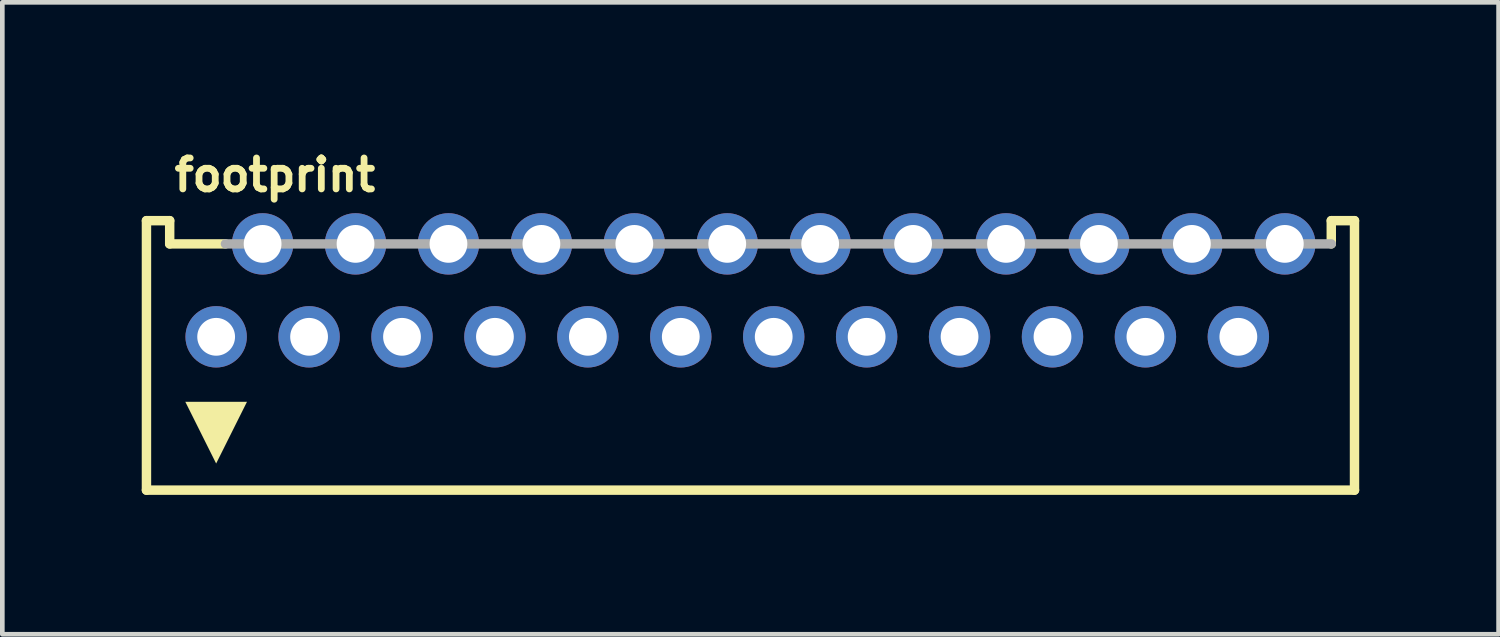
<source format=kicad_pcb>
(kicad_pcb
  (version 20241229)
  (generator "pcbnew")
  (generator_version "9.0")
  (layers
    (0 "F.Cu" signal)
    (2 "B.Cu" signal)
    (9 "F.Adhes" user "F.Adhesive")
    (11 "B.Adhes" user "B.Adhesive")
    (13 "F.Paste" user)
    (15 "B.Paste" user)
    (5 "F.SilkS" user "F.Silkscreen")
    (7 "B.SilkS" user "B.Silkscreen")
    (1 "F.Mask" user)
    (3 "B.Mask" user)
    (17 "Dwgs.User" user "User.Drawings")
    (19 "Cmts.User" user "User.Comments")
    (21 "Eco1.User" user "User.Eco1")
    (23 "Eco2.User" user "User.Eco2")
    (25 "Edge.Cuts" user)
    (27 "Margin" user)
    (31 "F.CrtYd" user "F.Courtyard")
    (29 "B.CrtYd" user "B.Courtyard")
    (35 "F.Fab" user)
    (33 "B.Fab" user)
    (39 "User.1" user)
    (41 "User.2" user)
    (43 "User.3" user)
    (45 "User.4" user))
  (footprint "footprint"
    (layer "F.Cu")
    (at 13.102 4.199)
    (property "Reference" "footprint" (at -12.472 -3.094 0) (layer "F.SilkS") (effects (font (size 0.666 0.666) (thickness 0.146)) (justify left bottom)))
    (fp_line (start -13 -2.5) (end -13 3.3) (stroke (width 0.203) (type solid)) (layer "F.SilkS"))
    (fp_line (start -13 3.3) (end 13 3.3) (stroke (width 0.203) (type solid)) (layer "F.SilkS"))
    (fp_line (start -12.5 -2.5) (end -13 -2.5) (stroke (width 0.203) (type solid)) (layer "F.SilkS"))
    (fp_line (start -12.5 -2) (end -12.5 -2.5) (stroke (width 0.203) (type solid)) (layer "F.SilkS"))
    (fp_line (start -12.5 -2) (end -11.3 -2) (stroke (width 0.203) (type solid)) (layer "F.SilkS"))
    (fp_line (start 12.5 -2.5) (end 13 -2.5) (stroke (width 0.203) (type solid)) (layer "F.SilkS"))
    (fp_line (start 12.5 -2) (end 12.5 -2.5) (stroke (width 0.203) (type solid)) (layer "F.SilkS"))
    (fp_line (start 13 -2.5) (end 13 3.3) (stroke (width 0.203) (type solid)) (layer "F.SilkS"))
    (fp_poly (pts (xy -11.5 2.727) (xy -12.164 1.398) (xy -10.836 1.398)) (stroke (width 0) (type solid)) (fill yes) (layer "F.SilkS"))
    (fp_line (start -11.3 -2) (end 12.5 -2) (stroke (width 0.203) (type solid)) (layer "F.Fab"))
    (pad "1" thru_hole circle (at -11.5 0) (size 1.321 1.321) (drill 0.813) (layers "*.Cu" "*.Mask"))
    (pad "2" thru_hole circle (at -10.5 -2) (size 1.321 1.321) (drill 0.813) (layers "*.Cu" "*.Mask"))
    (pad "3" thru_hole circle (at -9.5 0) (size 1.321 1.321) (drill 0.813) (layers "*.Cu" "*.Mask"))
    (pad "4" thru_hole circle (at -8.5 -2) (size 1.321 1.321) (drill 0.813) (layers "*.Cu" "*.Mask"))
    (pad "5" thru_hole circle (at -7.5 0) (size 1.321 1.321) (drill 0.813) (layers "*.Cu" "*.Mask"))
    (pad "6" thru_hole circle (at -6.5 -2) (size 1.321 1.321) (drill 0.813) (layers "*.Cu" "*.Mask"))
    (pad "7" thru_hole circle (at -5.5 0) (size 1.321 1.321) (drill 0.813) (layers "*.Cu" "*.Mask"))
    (pad "8" thru_hole circle (at -4.5 -2) (size 1.321 1.321) (drill 0.813) (layers "*.Cu" "*.Mask"))
    (pad "9" thru_hole circle (at -3.5 0) (size 1.321 1.321) (drill 0.813) (layers "*.Cu" "*.Mask"))
    (pad "10" thru_hole circle (at -2.5 -2) (size 1.321 1.321) (drill 0.813) (layers "*.Cu" "*.Mask"))
    (pad "11" thru_hole circle (at -1.5 0) (size 1.321 1.321) (drill 0.813) (layers "*.Cu" "*.Mask"))
    (pad "12" thru_hole circle (at -0.5 -2) (size 1.321 1.321) (drill 0.813) (layers "*.Cu" "*.Mask"))
    (pad "13" thru_hole circle (at 0.5 0) (size 1.321 1.321) (drill 0.813) (layers "*.Cu" "*.Mask"))
    (pad "14" thru_hole circle (at 1.5 -2) (size 1.321 1.321) (drill 0.813) (layers "*.Cu" "*.Mask"))
    (pad "15" thru_hole circle (at 2.5 0) (size 1.321 1.321) (drill 0.813) (layers "*.Cu" "*.Mask"))
    (pad "16" thru_hole circle (at 3.5 -2) (size 1.321 1.321) (drill 0.813) (layers "*.Cu" "*.Mask"))
    (pad "17" thru_hole circle (at 4.5 0) (size 1.321 1.321) (drill 0.813) (layers "*.Cu" "*.Mask"))
    (pad "18" thru_hole circle (at 5.5 -2) (size 1.321 1.321) (drill 0.813) (layers "*.Cu" "*.Mask"))
    (pad "19" thru_hole circle (at 6.5 0) (size 1.321 1.321) (drill 0.813) (layers "*.Cu" "*.Mask"))
    (pad "20" thru_hole circle (at 7.5 -2) (size 1.321 1.321) (drill 0.813) (layers "*.Cu" "*.Mask"))
    (pad "21" thru_hole circle (at 8.5 0) (size 1.321 1.321) (drill 0.813) (layers "*.Cu" "*.Mask"))
    (pad "22" thru_hole circle (at 9.5 -2) (size 1.321 1.321) (drill 0.813) (layers "*.Cu" "*.Mask"))
    (pad "23" thru_hole circle (at 10.5 0) (size 1.321 1.321) (drill 0.813) (layers "*.Cu" "*.Mask"))
    (pad "24" thru_hole circle (at 11.5 -2) (size 1.321 1.321) (drill 0.813) (layers "*.Cu" "*.Mask")))
  (gr_rect
    (start -3 -3)
    (end 29.203 10.601)
    (stroke (width 0.1) (type default))
    (fill no)
    (layer "Edge.Cuts")))
</source>
